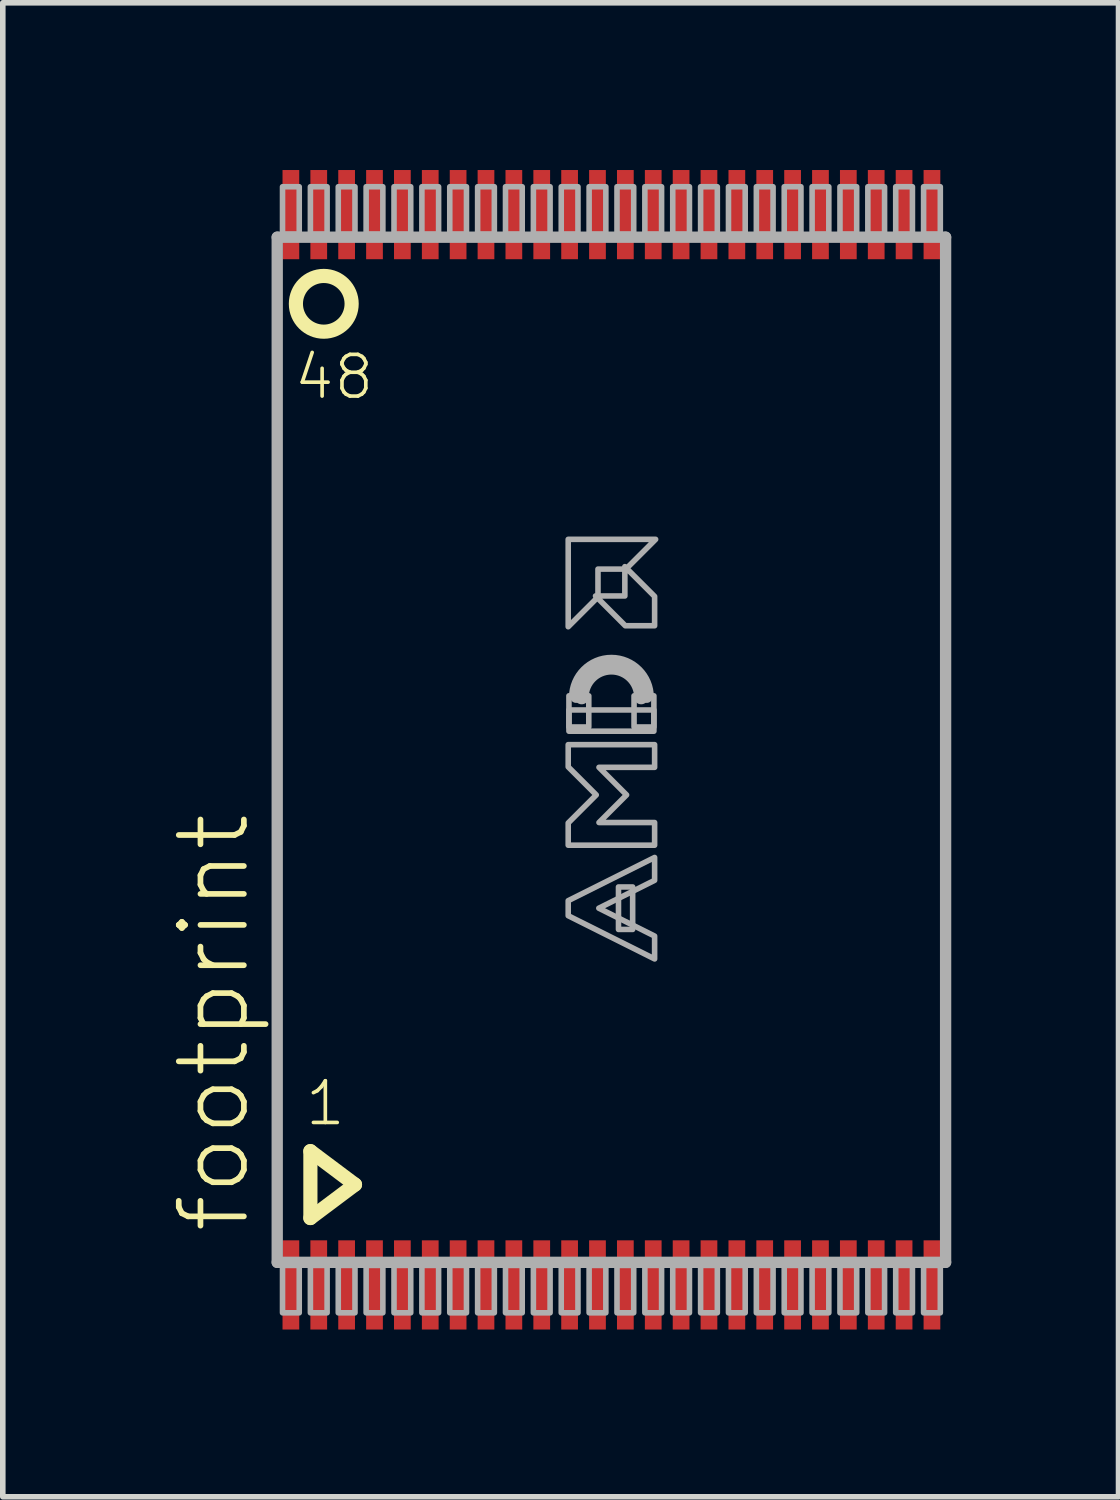
<source format=kicad_pcb>
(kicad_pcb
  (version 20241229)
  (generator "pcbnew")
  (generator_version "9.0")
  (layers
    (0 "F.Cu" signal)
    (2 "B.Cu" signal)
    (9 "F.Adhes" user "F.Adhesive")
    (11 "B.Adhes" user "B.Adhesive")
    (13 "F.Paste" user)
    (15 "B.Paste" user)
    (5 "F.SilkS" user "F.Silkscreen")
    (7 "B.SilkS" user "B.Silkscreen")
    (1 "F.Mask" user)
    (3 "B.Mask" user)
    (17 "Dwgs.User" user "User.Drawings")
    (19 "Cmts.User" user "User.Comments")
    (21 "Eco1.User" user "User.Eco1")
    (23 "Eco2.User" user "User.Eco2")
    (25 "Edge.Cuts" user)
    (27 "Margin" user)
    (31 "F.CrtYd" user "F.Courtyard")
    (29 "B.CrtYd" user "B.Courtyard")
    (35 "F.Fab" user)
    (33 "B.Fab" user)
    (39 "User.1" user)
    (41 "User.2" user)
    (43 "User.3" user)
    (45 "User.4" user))
  (footprint "footprint"
    (layer "F.Cu")
    (at 7.918 10.4)
    (property "Reference" "footprint" (at -6.445 8.715 90) (layer "F.SilkS") (effects (font (size 1.168 1.168) (thickness 0.102)) (justify left bottom)))
    (fp_line (start -5.4 7.2) (end -4.6 7.8) (stroke (width 0.254) (type solid)) (layer "F.SilkS"))
    (fp_line (start -5.4 8.4) (end -5.4 7.2) (stroke (width 0.254) (type solid)) (layer "F.SilkS"))
    (fp_line (start -4.6 7.8) (end -5.4 8.4) (stroke (width 0.254) (type solid)) (layer "F.SilkS"))
    (fp_circle (center -5.16 -8) (end -4.66 -8) (stroke (width 0.254) (type solid)) (fill no) (layer "F.SilkS"))
    (fp_line (start -5.995 -9.195) (end 5.995 -9.195) (stroke (width 0.203) (type solid)) (layer "F.Fab"))
    (fp_line (start -5.995 9.195) (end -5.995 -9.195) (stroke (width 0.203) (type solid)) (layer "F.Fab"))
    (fp_line (start 5.995 -9.195) (end 5.995 9.195) (stroke (width 0.203) (type solid)) (layer "F.Fab"))
    (fp_line (start 5.995 9.195) (end -5.995 9.195) (stroke (width 0.203) (type solid)) (layer "F.Fab"))
    (fp_arc (start -0.7366 -0.9426) (mid 0 -1.6792) (end 0.7366 -0.9426) (stroke (width 0.0508) (type solid)) (layer "F.Fab"))
    (fp_arc (start -0.635 -0.9426) (mid 0 -1.5776) (end 0.635 -0.9426) (stroke (width 0.2032) (type solid)) (layer "F.Fab"))
    (fp_arc (start -0.5334 -0.9426) (mid 0 -1.476) (end 0.5334 -0.9426) (stroke (width 0.254) (type solid)) (layer "F.Fab"))
    (fp_poly (pts (xy -5.9 -9.25) (xy -5.6 -9.25) (xy -5.6 -10.1) (xy -5.9 -10.1)) (stroke (width 0.1) (type solid)) (fill no) (layer "F.Fab"))
    (fp_poly (pts (xy -5.9 10.1) (xy -5.6 10.1) (xy -5.6 9.25) (xy -5.9 9.25)) (stroke (width 0.1) (type solid)) (fill no) (layer "F.Fab"))
    (fp_poly (pts (xy -5.4 -9.25) (xy -5.1 -9.25) (xy -5.1 -10.1) (xy -5.4 -10.1)) (stroke (width 0.1) (type solid)) (fill no) (layer "F.Fab"))
    (fp_poly (pts (xy -5.4 10.1) (xy -5.1 10.1) (xy -5.1 9.25) (xy -5.4 9.25)) (stroke (width 0.1) (type solid)) (fill no) (layer "F.Fab"))
    (fp_poly (pts (xy -4.9 -9.25) (xy -4.6 -9.25) (xy -4.6 -10.1) (xy -4.9 -10.1)) (stroke (width 0.1) (type solid)) (fill no) (layer "F.Fab"))
    (fp_poly (pts (xy -4.9 10.1) (xy -4.6 10.1) (xy -4.6 9.25) (xy -4.9 9.25)) (stroke (width 0.1) (type solid)) (fill no) (layer "F.Fab"))
    (fp_poly (pts (xy -4.4 -9.25) (xy -4.1 -9.25) (xy -4.1 -10.1) (xy -4.4 -10.1)) (stroke (width 0.1) (type solid)) (fill no) (layer "F.Fab"))
    (fp_poly (pts (xy -4.4 10.1) (xy -4.1 10.1) (xy -4.1 9.25) (xy -4.4 9.25)) (stroke (width 0.1) (type solid)) (fill no) (layer "F.Fab"))
    (fp_poly (pts (xy -3.9 -9.25) (xy -3.6 -9.25) (xy -3.6 -10.1) (xy -3.9 -10.1)) (stroke (width 0.1) (type solid)) (fill no) (layer "F.Fab"))
    (fp_poly (pts (xy -3.9 10.1) (xy -3.6 10.1) (xy -3.6 9.25) (xy -3.9 9.25)) (stroke (width 0.1) (type solid)) (fill no) (layer "F.Fab"))
    (fp_poly (pts (xy -3.4 -9.25) (xy -3.1 -9.25) (xy -3.1 -10.1) (xy -3.4 -10.1)) (stroke (width 0.1) (type solid)) (fill no) (layer "F.Fab"))
    (fp_poly (pts (xy -3.4 10.1) (xy -3.1 10.1) (xy -3.1 9.25) (xy -3.4 9.25)) (stroke (width 0.1) (type solid)) (fill no) (layer "F.Fab"))
    (fp_poly (pts (xy -2.9 -9.25) (xy -2.6 -9.25) (xy -2.6 -10.1) (xy -2.9 -10.1)) (stroke (width 0.1) (type solid)) (fill no) (layer "F.Fab"))
    (fp_poly (pts (xy -2.9 10.1) (xy -2.6 10.1) (xy -2.6 9.25) (xy -2.9 9.25)) (stroke (width 0.1) (type solid)) (fill no) (layer "F.Fab"))
    (fp_poly (pts (xy -2.4 -9.25) (xy -2.1 -9.25) (xy -2.1 -10.1) (xy -2.4 -10.1)) (stroke (width 0.1) (type solid)) (fill no) (layer "F.Fab"))
    (fp_poly (pts (xy -2.4 10.1) (xy -2.1 10.1) (xy -2.1 9.25) (xy -2.4 9.25)) (stroke (width 0.1) (type solid)) (fill no) (layer "F.Fab"))
    (fp_poly (pts (xy -1.9 -9.25) (xy -1.6 -9.25) (xy -1.6 -10.1) (xy -1.9 -10.1)) (stroke (width 0.1) (type solid)) (fill no) (layer "F.Fab"))
    (fp_poly (pts (xy -1.9 10.1) (xy -1.6 10.1) (xy -1.6 9.25) (xy -1.9 9.25)) (stroke (width 0.1) (type solid)) (fill no) (layer "F.Fab"))
    (fp_poly (pts (xy -1.4 -9.25) (xy -1.1 -9.25) (xy -1.1 -10.1) (xy -1.4 -10.1)) (stroke (width 0.1) (type solid)) (fill no) (layer "F.Fab"))
    (fp_poly (pts (xy -1.4 10.1) (xy -1.1 10.1) (xy -1.1 9.25) (xy -1.4 9.25)) (stroke (width 0.1) (type solid)) (fill no) (layer "F.Fab"))
    (fp_poly (pts (xy -0.9 -9.25) (xy -0.6 -9.25) (xy -0.6 -10.1) (xy -0.9 -10.1)) (stroke (width 0.1) (type solid)) (fill no) (layer "F.Fab"))
    (fp_poly (pts (xy -0.9 10.1) (xy -0.6 10.1) (xy -0.6 9.25) (xy -0.9 9.25)) (stroke (width 0.1) (type solid)) (fill no) (layer "F.Fab"))
    (fp_poly (pts (xy -0.762 -0.409) (xy -0.406 -0.409) (xy -0.406 -0.968) (xy -0.762 -0.968)) (stroke (width 0.1) (type solid)) (fill no) (layer "F.Fab"))
    (fp_poly (pts (xy -0.762 -0.333) (xy 0.762 -0.333) (xy 0.762 -0.714) (xy -0.762 -0.714)) (stroke (width 0.1) (type solid)) (fill no) (layer "F.Fab"))
    (fp_poly (pts (xy -0.4 -9.25) (xy -0.1 -9.25) (xy -0.1 -10.1) (xy -0.4 -10.1)) (stroke (width 0.1) (type solid)) (fill no) (layer "F.Fab"))
    (fp_poly (pts (xy -0.4 10.1) (xy -0.1 10.1) (xy -0.1 9.25) (xy -0.4 9.25)) (stroke (width 0.1) (type solid)) (fill no) (layer "F.Fab"))
    (fp_poly (pts (xy 0.1 -9.25) (xy 0.4 -9.25) (xy 0.4 -10.1) (xy 0.1 -10.1)) (stroke (width 0.1) (type solid)) (fill no) (layer "F.Fab"))
    (fp_poly (pts (xy 0.1 10.1) (xy 0.4 10.1) (xy 0.4 9.25) (xy 0.1 9.25)) (stroke (width 0.1) (type solid)) (fill no) (layer "F.Fab"))
    (fp_poly (pts (xy 0.127 3.223) (xy 0.381 3.223) (xy 0.381 2.461) (xy 0.127 2.461)) (stroke (width 0.1) (type solid)) (fill no) (layer "F.Fab"))
    (fp_poly (pts (xy 0.406 -0.409) (xy 0.762 -0.409) (xy 0.762 -0.968) (xy 0.406 -0.968)) (stroke (width 0.1) (type solid)) (fill no) (layer "F.Fab"))
    (fp_poly (pts (xy 0.6 -9.25) (xy 0.9 -9.25) (xy 0.9 -10.1) (xy 0.6 -10.1)) (stroke (width 0.1) (type solid)) (fill no) (layer "F.Fab"))
    (fp_poly (pts (xy 0.6 10.1) (xy 0.9 10.1) (xy 0.9 9.25) (xy 0.6 9.25)) (stroke (width 0.1) (type solid)) (fill no) (layer "F.Fab"))
    (fp_poly (pts (xy 1.1 -9.25) (xy 1.4 -9.25) (xy 1.4 -10.1) (xy 1.1 -10.1)) (stroke (width 0.1) (type solid)) (fill no) (layer "F.Fab"))
    (fp_poly (pts (xy 1.1 10.1) (xy 1.4 10.1) (xy 1.4 9.25) (xy 1.1 9.25)) (stroke (width 0.1) (type solid)) (fill no) (layer "F.Fab"))
    (fp_poly (pts (xy 1.6 -9.25) (xy 1.9 -9.25) (xy 1.9 -10.1) (xy 1.6 -10.1)) (stroke (width 0.1) (type solid)) (fill no) (layer "F.Fab"))
    (fp_poly (pts (xy 1.6 10.1) (xy 1.9 10.1) (xy 1.9 9.25) (xy 1.6 9.25)) (stroke (width 0.1) (type solid)) (fill no) (layer "F.Fab"))
    (fp_poly (pts (xy 2.1 -9.25) (xy 2.4 -9.25) (xy 2.4 -10.1) (xy 2.1 -10.1)) (stroke (width 0.1) (type solid)) (fill no) (layer "F.Fab"))
    (fp_poly (pts (xy 2.1 10.1) (xy 2.4 10.1) (xy 2.4 9.25) (xy 2.1 9.25)) (stroke (width 0.1) (type solid)) (fill no) (layer "F.Fab"))
    (fp_poly (pts (xy 2.6 -9.25) (xy 2.9 -9.25) (xy 2.9 -10.1) (xy 2.6 -10.1)) (stroke (width 0.1) (type solid)) (fill no) (layer "F.Fab"))
    (fp_poly (pts (xy 2.6 10.1) (xy 2.9 10.1) (xy 2.9 9.25) (xy 2.6 9.25)) (stroke (width 0.1) (type solid)) (fill no) (layer "F.Fab"))
    (fp_poly (pts (xy 3.1 -9.25) (xy 3.4 -9.25) (xy 3.4 -10.1) (xy 3.1 -10.1)) (stroke (width 0.1) (type solid)) (fill no) (layer "F.Fab"))
    (fp_poly (pts (xy 3.1 10.1) (xy 3.4 10.1) (xy 3.4 9.25) (xy 3.1 9.25)) (stroke (width 0.1) (type solid)) (fill no) (layer "F.Fab"))
    (fp_poly (pts (xy 3.6 -9.25) (xy 3.9 -9.25) (xy 3.9 -10.1) (xy 3.6 -10.1)) (stroke (width 0.1) (type solid)) (fill no) (layer "F.Fab"))
    (fp_poly (pts (xy 3.6 10.1) (xy 3.9 10.1) (xy 3.9 9.25) (xy 3.6 9.25)) (stroke (width 0.1) (type solid)) (fill no) (layer "F.Fab"))
    (fp_poly (pts (xy 4.1 -9.25) (xy 4.4 -9.25) (xy 4.4 -10.1) (xy 4.1 -10.1)) (stroke (width 0.1) (type solid)) (fill no) (layer "F.Fab"))
    (fp_poly (pts (xy 4.1 10.1) (xy 4.4 10.1) (xy 4.4 9.25) (xy 4.1 9.25)) (stroke (width 0.1) (type solid)) (fill no) (layer "F.Fab"))
    (fp_poly (pts (xy 4.6 -9.25) (xy 4.9 -9.25) (xy 4.9 -10.1) (xy 4.6 -10.1)) (stroke (width 0.1) (type solid)) (fill no) (layer "F.Fab"))
    (fp_poly (pts (xy 4.6 10.1) (xy 4.9 10.1) (xy 4.9 9.25) (xy 4.6 9.25)) (stroke (width 0.1) (type solid)) (fill no) (layer "F.Fab"))
    (fp_poly (pts (xy 5.1 -9.25) (xy 5.4 -9.25) (xy 5.4 -10.1) (xy 5.1 -10.1)) (stroke (width 0.1) (type solid)) (fill no) (layer "F.Fab"))
    (fp_poly (pts (xy 5.1 10.1) (xy 5.4 10.1) (xy 5.4 9.25) (xy 5.1 9.25)) (stroke (width 0.1) (type solid)) (fill no) (layer "F.Fab"))
    (fp_poly (pts (xy 5.6 -9.25) (xy 5.9 -9.25) (xy 5.9 -10.1) (xy 5.6 -10.1)) (stroke (width 0.1) (type solid)) (fill no) (layer "F.Fab"))
    (fp_poly (pts (xy 5.6 10.1) (xy 5.9 10.1) (xy 5.9 9.25) (xy 5.6 9.25)) (stroke (width 0.1) (type solid)) (fill no) (layer "F.Fab"))
    (fp_poly (pts (xy 0.259 -3.241) (xy -0.241 -3.241) (xy -0.241 -2.741) (xy -0.775 -2.207) (xy -0.775 -3.775) (xy 0.793 -3.775)) (stroke (width 0.1) (type solid)) (fill no) (layer "F.Fab"))
    (fp_poly (pts (xy 0.775 -2.751) (xy 0.775 -2.225) (xy 0.249 -2.225) (xy -0.285 -2.759) (xy 0.241 -2.759) (xy 0.241 -3.285)) (stroke (width 0.1) (type solid)) (fill no) (layer "F.Fab"))
    (fp_poly (pts (xy 0.775 2.342) (xy -0.226 2.842) (xy 0.775 3.342) (xy 0.775 3.752) (xy -0.775 2.977) (xy -0.775 2.707) (xy 0.775 1.932)) (stroke (width 0.1) (type solid)) (fill no) (layer "F.Fab"))
    (fp_poly (pts (xy 0.775 0.315) (xy -0.223 0.315) (xy 0.272 0.81) (xy -0.223 1.305) (xy 0.775 1.305) (xy 0.775 1.712) (xy -0.775 1.712) (xy -0.775 1.313) (xy -0.272 0.81) (xy -0.775 0.307) (xy -0.775 -0.092) (xy 0.775 -0.092)) (stroke (width 0.1) (type solid)) (fill no) (layer "F.Fab"))
    (fp_text user "48" (at -5.731 -6.25 0) (layer "F.SilkS") (effects (font (size 0.748 0.748) (thickness 0.065)) (justify left bottom)))
    (fp_text user "1" (at -5.531 6.78 0) (layer "F.SilkS") (effects (font (size 0.748 0.748) (thickness 0.065)) (justify left bottom)))
    (pad "1" smd rect (at -5.75 9.6) (size 0.3 1.6) (layers "F.Cu" "F.Mask" "F.Paste"))
    (pad "2" smd rect (at -5.25 9.6) (size 0.3 1.6) (layers "F.Cu" "F.Mask" "F.Paste"))
    (pad "3" smd rect (at -4.75 9.6) (size 0.3 1.6) (layers "F.Cu" "F.Mask" "F.Paste"))
    (pad "4" smd rect (at -4.25 9.6) (size 0.3 1.6) (layers "F.Cu" "F.Mask" "F.Paste"))
    (pad "5" smd rect (at -3.75 9.6) (size 0.3 1.6) (layers "F.Cu" "F.Mask" "F.Paste"))
    (pad "6" smd rect (at -3.25 9.6) (size 0.3 1.6) (layers "F.Cu" "F.Mask" "F.Paste"))
    (pad "7" smd rect (at -2.75 9.6) (size 0.3 1.6) (layers "F.Cu" "F.Mask" "F.Paste"))
    (pad "8" smd rect (at -2.25 9.6) (size 0.3 1.6) (layers "F.Cu" "F.Mask" "F.Paste"))
    (pad "9" smd rect (at -1.75 9.6) (size 0.3 1.6) (layers "F.Cu" "F.Mask" "F.Paste"))
    (pad "10" smd rect (at -1.25 9.6) (size 0.3 1.6) (layers "F.Cu" "F.Mask" "F.Paste"))
    (pad "11" smd rect (at -0.75 9.6) (size 0.3 1.6) (layers "F.Cu" "F.Mask" "F.Paste"))
    (pad "12" smd rect (at -0.25 9.6) (size 0.3 1.6) (layers "F.Cu" "F.Mask" "F.Paste"))
    (pad "13" smd rect (at 0.25 9.6) (size 0.3 1.6) (layers "F.Cu" "F.Mask" "F.Paste"))
    (pad "14" smd rect (at 0.75 9.6) (size 0.3 1.6) (layers "F.Cu" "F.Mask" "F.Paste"))
    (pad "15" smd rect (at 1.25 9.6) (size 0.3 1.6) (layers "F.Cu" "F.Mask" "F.Paste"))
    (pad "16" smd rect (at 1.75 9.6) (size 0.3 1.6) (layers "F.Cu" "F.Mask" "F.Paste"))
    (pad "17" smd rect (at 2.25 9.6) (size 0.3 1.6) (layers "F.Cu" "F.Mask" "F.Paste"))
    (pad "18" smd rect (at 2.75 9.6) (size 0.3 1.6) (layers "F.Cu" "F.Mask" "F.Paste"))
    (pad "19" smd rect (at 3.25 9.6) (size 0.3 1.6) (layers "F.Cu" "F.Mask" "F.Paste"))
    (pad "20" smd rect (at 3.75 9.6) (size 0.3 1.6) (layers "F.Cu" "F.Mask" "F.Paste"))
    (pad "21" smd rect (at 4.25 9.6) (size 0.3 1.6) (layers "F.Cu" "F.Mask" "F.Paste"))
    (pad "22" smd rect (at 4.75 9.6) (size 0.3 1.6) (layers "F.Cu" "F.Mask" "F.Paste"))
    (pad "23" smd rect (at 5.25 9.6) (size 0.3 1.6) (layers "F.Cu" "F.Mask" "F.Paste"))
    (pad "24" smd rect (at 5.75 9.6) (size 0.3 1.6) (layers "F.Cu" "F.Mask" "F.Paste"))
    (pad "25" smd rect (at 5.75 -9.6) (size 0.3 1.6) (layers "F.Cu" "F.Mask" "F.Paste"))
    (pad "26" smd rect (at 5.25 -9.6) (size 0.3 1.6) (layers "F.Cu" "F.Mask" "F.Paste"))
    (pad "27" smd rect (at 4.75 -9.6) (size 0.3 1.6) (layers "F.Cu" "F.Mask" "F.Paste"))
    (pad "28" smd rect (at 4.25 -9.6) (size 0.3 1.6) (layers "F.Cu" "F.Mask" "F.Paste"))
    (pad "29" smd rect (at 3.75 -9.6) (size 0.3 1.6) (layers "F.Cu" "F.Mask" "F.Paste"))
    (pad "30" smd rect (at 3.25 -9.6) (size 0.3 1.6) (layers "F.Cu" "F.Mask" "F.Paste"))
    (pad "31" smd rect (at 2.75 -9.6) (size 0.3 1.6) (layers "F.Cu" "F.Mask" "F.Paste"))
    (pad "32" smd rect (at 2.25 -9.6) (size 0.3 1.6) (layers "F.Cu" "F.Mask" "F.Paste"))
    (pad "33" smd rect (at 1.75 -9.6) (size 0.3 1.6) (layers "F.Cu" "F.Mask" "F.Paste"))
    (pad "34" smd rect (at 1.25 -9.6) (size 0.3 1.6) (layers "F.Cu" "F.Mask" "F.Paste"))
    (pad "35" smd rect (at 0.75 -9.6) (size 0.3 1.6) (layers "F.Cu" "F.Mask" "F.Paste"))
    (pad "36" smd rect (at 0.25 -9.6) (size 0.3 1.6) (layers "F.Cu" "F.Mask" "F.Paste"))
    (pad "37" smd rect (at -0.25 -9.6) (size 0.3 1.6) (layers "F.Cu" "F.Mask" "F.Paste"))
    (pad "38" smd rect (at -0.75 -9.6) (size 0.3 1.6) (layers "F.Cu" "F.Mask" "F.Paste"))
    (pad "39" smd rect (at -1.25 -9.6) (size 0.3 1.6) (layers "F.Cu" "F.Mask" "F.Paste"))
    (pad "40" smd rect (at -1.75 -9.6) (size 0.3 1.6) (layers "F.Cu" "F.Mask" "F.Paste"))
    (pad "41" smd rect (at -2.25 -9.6) (size 0.3 1.6) (layers "F.Cu" "F.Mask" "F.Paste"))
    (pad "42" smd rect (at -2.75 -9.6) (size 0.3 1.6) (layers "F.Cu" "F.Mask" "F.Paste"))
    (pad "43" smd rect (at -3.25 -9.6) (size 0.3 1.6) (layers "F.Cu" "F.Mask" "F.Paste"))
    (pad "44" smd rect (at -3.75 -9.6) (size 0.3 1.6) (layers "F.Cu" "F.Mask" "F.Paste"))
    (pad "45" smd rect (at -4.25 -9.6) (size 0.3 1.6) (layers "F.Cu" "F.Mask" "F.Paste"))
    (pad "46" smd rect (at -4.75 -9.6) (size 0.3 1.6) (layers "F.Cu" "F.Mask" "F.Paste"))
    (pad "47" smd rect (at -5.25 -9.6) (size 0.3 1.6) (layers "F.Cu" "F.Mask" "F.Paste"))
    (pad "48" smd rect (at -5.75 -9.6) (size 0.3 1.6) (layers "F.Cu" "F.Mask" "F.Paste")))
  (gr_rect
    (start -3 -3)
    (end 17.015 23.8)
    (stroke (width 0.1) (type default))
    (fill no)
    (layer "Edge.Cuts")))
</source>
